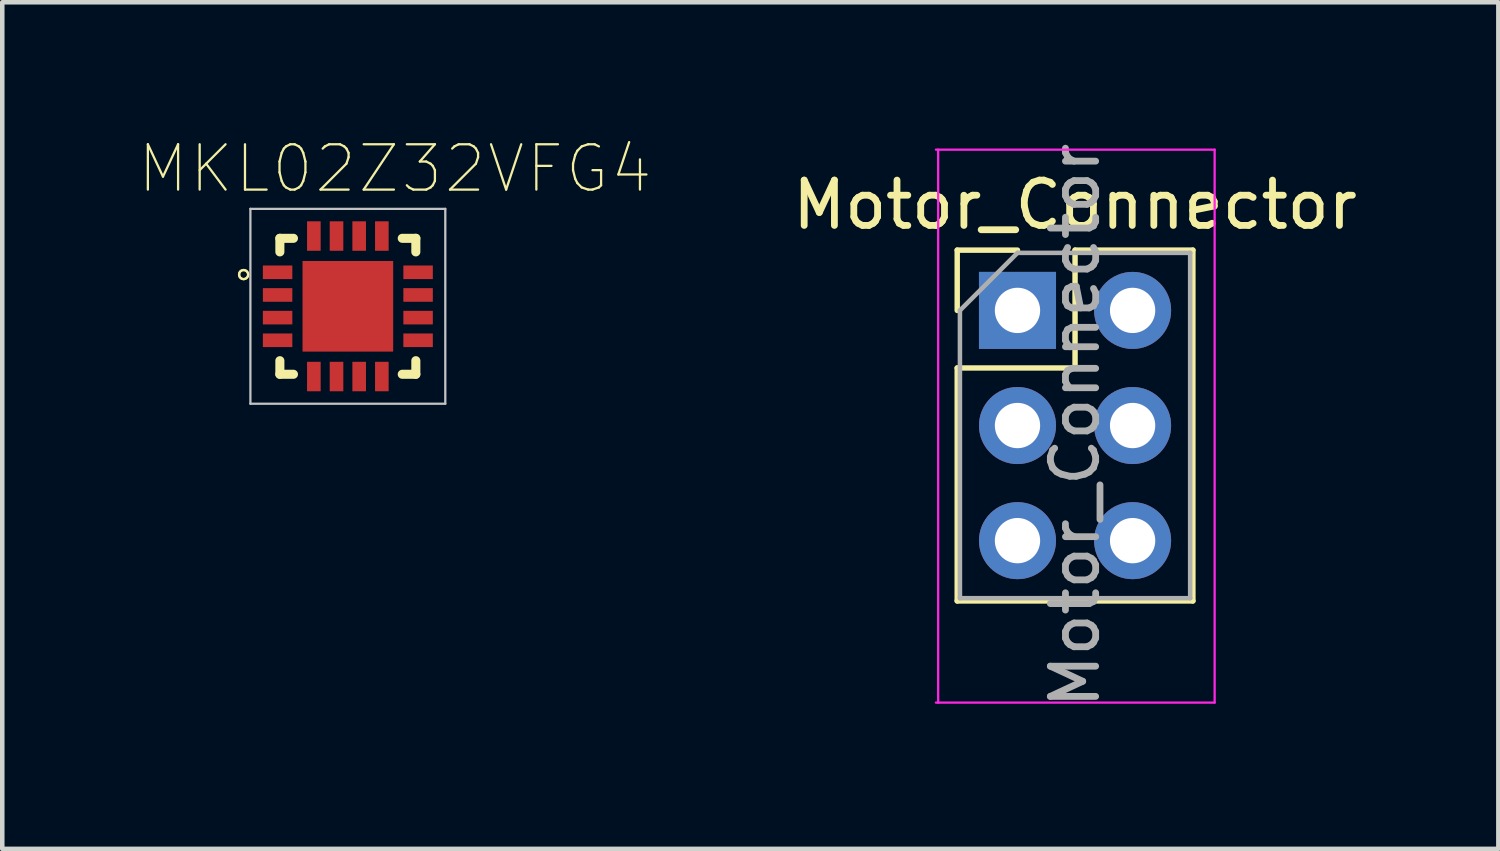
<source format=kicad_pcb>
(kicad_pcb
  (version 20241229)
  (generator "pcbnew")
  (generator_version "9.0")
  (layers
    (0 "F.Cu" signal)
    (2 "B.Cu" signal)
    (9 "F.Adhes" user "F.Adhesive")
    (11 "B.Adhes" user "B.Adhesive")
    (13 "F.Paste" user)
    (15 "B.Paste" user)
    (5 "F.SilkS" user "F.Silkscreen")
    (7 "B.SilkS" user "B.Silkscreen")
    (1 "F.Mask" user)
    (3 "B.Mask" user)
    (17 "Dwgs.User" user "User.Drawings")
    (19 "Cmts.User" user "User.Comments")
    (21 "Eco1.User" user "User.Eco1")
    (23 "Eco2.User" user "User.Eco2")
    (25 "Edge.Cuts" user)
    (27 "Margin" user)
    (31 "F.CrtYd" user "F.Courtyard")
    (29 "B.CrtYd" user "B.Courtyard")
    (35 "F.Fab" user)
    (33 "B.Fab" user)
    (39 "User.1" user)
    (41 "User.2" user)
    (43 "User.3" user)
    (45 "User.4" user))
  (footprint "Motor_Connector"
    (layer "F.Cu")
    (at 20.67 6.352)
    (property "Reference" "Motor_Connector" (at 0 -4.883 0) (layer "F.SilkS") (effects (font (size 1 1) (thickness 0.15))))
    (attr through_hole)
    (fp_line (start -2.6 -3.883) (end -1.27 -3.883) (stroke (width 0.12) (type solid)) (layer "F.SilkS"))
    (fp_line (start -2.6 -2.553) (end -2.6 -3.883) (stroke (width 0.12) (type solid)) (layer "F.SilkS"))
    (fp_line (start -2.6 -1.283) (end -2.6 3.857) (stroke (width 0.12) (type solid)) (layer "F.SilkS"))
    (fp_line (start -2.6 -1.283) (end 0 -1.283) (stroke (width 0.12) (type solid)) (layer "F.SilkS"))
    (fp_line (start -2.6 3.857) (end 2.6 3.857) (stroke (width 0.12) (type solid)) (layer "F.SilkS"))
    (fp_line (start 0 -3.883) (end 2.6 -3.883) (stroke (width 0.12) (type solid)) (layer "F.SilkS"))
    (fp_line (start 0 -1.283) (end 0 -3.883) (stroke (width 0.12) (type solid)) (layer "F.SilkS"))
    (fp_line (start 2.6 -3.883) (end 2.6 3.857) (stroke (width 0.12) (type solid)) (layer "F.SilkS"))
    (fp_line (start -3.02 6.1) (end -3.02 -6.1) (stroke (width 0.05) (type solid)) (layer "F.CrtYd"))
    (fp_line (start 3.08 -6.1) (end -3.07 -6.1) (stroke (width 0.05) (type solid)) (layer "F.CrtYd"))
    (fp_line (start 3.08 6.1) (end -3.07 6.1) (stroke (width 0.05) (type solid)) (layer "F.CrtYd"))
    (fp_line (start 3.08 6.1) (end 3.08 -6.1) (stroke (width 0.05) (type solid)) (layer "F.CrtYd"))
    (fp_line (start -2.54 -2.553) (end -1.27 -3.823) (stroke (width 0.1) (type solid)) (layer "F.Fab"))
    (fp_line (start -2.54 3.797) (end -2.54 -2.553) (stroke (width 0.1) (type solid)) (layer "F.Fab"))
    (fp_line (start -1.27 -3.823) (end 2.54 -3.823) (stroke (width 0.1) (type solid)) (layer "F.Fab"))
    (fp_line (start 2.54 -3.823) (end 2.54 3.797) (stroke (width 0.1) (type solid)) (layer "F.Fab"))
    (fp_line (start 2.54 3.797) (end -2.54 3.797) (stroke (width 0.1) (type solid)) (layer "F.Fab"))
    (fp_text user "${REFERENCE}" (at 0 -0.013 90) (layer "F.Fab") (effects (font (size 1 1) (thickness 0.15))))
    (pad "1" thru_hole rect (at -1.27 -2.553) (size 1.7 1.7) (drill 1) (layers "*.Cu" "*.Mask"))
    (pad "2" thru_hole oval (at 1.27 -2.553) (size 1.7 1.7) (drill 1) (layers "*.Cu" "*.Mask"))
    (pad "3" thru_hole oval (at -1.27 -0.013) (size 1.7 1.7) (drill 1) (layers "*.Cu" "*.Mask"))
    (pad "4" thru_hole oval (at 1.27 -0.013) (size 1.7 1.7) (drill 1) (layers "*.Cu" "*.Mask"))
    (pad "5" thru_hole oval (at -1.27 2.527) (size 1.7 1.7) (drill 1) (layers "*.Cu" "*.Mask"))
    (pad "6" thru_hole oval (at 1.27 2.527) (size 1.7 1.7) (drill 1) (layers "*.Cu" "*.Mask")))
  (footprint "MKL02Z32VFG4"
    (layer "F.Cu")
    (at 4.625 3.708)
    (property "Reference" "MKL02Z32VFG4" (at 1.04 -3.035 0) (layer "F.SilkS") (effects (font (size 1 1) (thickness 0.05))))
    (attr smd)
    (fp_line (start -1.5 -1.5) (end -1.2 -1.5) (stroke (width 0.2) (type solid)) (layer "F.SilkS"))
    (fp_line (start -1.5 -1.2) (end -1.5 -1.5) (stroke (width 0.2) (type solid)) (layer "F.SilkS"))
    (fp_line (start -1.5 1.5) (end -1.5 1.2) (stroke (width 0.2) (type solid)) (layer "F.SilkS"))
    (fp_line (start -1.2 1.5) (end -1.5 1.5) (stroke (width 0.2) (type solid)) (layer "F.SilkS"))
    (fp_line (start 1.2 -1.5) (end 1.5 -1.5) (stroke (width 0.2) (type solid)) (layer "F.SilkS"))
    (fp_line (start 1.5 -1.5) (end 1.5 -1.2) (stroke (width 0.2) (type solid)) (layer "F.SilkS"))
    (fp_line (start 1.5 1.2) (end 1.5 1.5) (stroke (width 0.2) (type solid)) (layer "F.SilkS"))
    (fp_line (start 1.5 1.5) (end 1.2 1.5) (stroke (width 0.2) (type solid)) (layer "F.SilkS"))
    (fp_arc (start -2.4 -0.7) (mid -2.370711 -0.770711) (end -2.3 -0.8) (stroke (width 0.05) (type solid)) (layer "F.SilkS"))
    (fp_arc (start -2.3 -0.8) (mid -2.229289 -0.770711) (end -2.2 -0.7) (stroke (width 0.05) (type solid)) (layer "F.SilkS"))
    (fp_arc (start -2.3 -0.6) (mid -2.370711 -0.629289) (end -2.4 -0.7) (stroke (width 0.05) (type solid)) (layer "F.SilkS"))
    (fp_arc (start -2.2 -0.7) (mid -2.229289 -0.629289) (end -2.3 -0.6) (stroke (width 0.05) (type solid)) (layer "F.SilkS"))
    (fp_circle (center -2.3 -0.7) (end -2.2 -0.7) (stroke (width 0.05) (type solid)) (fill no) (layer "F.SilkS"))
    (fp_line (start -2.15 -2.15) (end 2.15 -2.15) (stroke (width 0.05) (type solid)) (layer "Dwgs.User"))
    (fp_line (start -2.15 2.15) (end -2.15 -2.15) (stroke (width 0.05) (type solid)) (layer "Dwgs.User"))
    (fp_line (start 2.15 -2.15) (end 2.15 2.15) (stroke (width 0.05) (type solid)) (layer "Dwgs.User"))
    (fp_line (start 2.15 2.15) (end -2.15 2.15) (stroke (width 0.05) (type solid)) (layer "Dwgs.User"))
    (pad "1" smd rect (at -1.55 -0.75) (size 0.65 0.3) (layers "F.Cu" "F.Mask" "F.Paste"))
    (pad "2" smd rect (at -1.55 -0.25) (size 0.65 0.3) (layers "F.Cu" "F.Mask" "F.Paste"))
    (pad "3" smd rect (at -1.55 0.25) (size 0.65 0.3) (layers "F.Cu" "F.Mask" "F.Paste"))
    (pad "4" smd rect (at -1.55 0.75) (size 0.65 0.3) (layers "F.Cu" "F.Mask" "F.Paste"))
    (pad "5" smd rect (at -0.75 1.55 90) (size 0.65 0.3) (layers "F.Cu" "F.Mask" "F.Paste"))
    (pad "6" smd rect (at -0.25 1.55 90) (size 0.65 0.3) (layers "F.Cu" "F.Mask" "F.Paste"))
    (pad "7" smd rect (at 0.25 1.55 90) (size 0.65 0.3) (layers "F.Cu" "F.Mask" "F.Paste"))
    (pad "8" smd rect (at 0.75 1.55 90) (size 0.65 0.3) (layers "F.Cu" "F.Mask" "F.Paste"))
    (pad "9" smd rect (at 1.55 0.75 180) (size 0.65 0.3) (layers "F.Cu" "F.Mask" "F.Paste"))
    (pad "10" smd rect (at 1.55 0.25 180) (size 0.65 0.3) (layers "F.Cu" "F.Mask" "F.Paste"))
    (pad "11" smd rect (at 1.55 -0.25 180) (size 0.65 0.3) (layers "F.Cu" "F.Mask" "F.Paste"))
    (pad "12" smd rect (at 1.55 -0.75 180) (size 0.65 0.3) (layers "F.Cu" "F.Mask" "F.Paste"))
    (pad "13" smd rect (at 0.75 -1.55 270) (size 0.65 0.3) (layers "F.Cu" "F.Mask" "F.Paste"))
    (pad "14" smd rect (at 0.25 -1.55 270) (size 0.65 0.3) (layers "F.Cu" "F.Mask" "F.Paste"))
    (pad "15" smd rect (at -0.25 -1.55 270) (size 0.65 0.3) (layers "F.Cu" "F.Mask" "F.Paste"))
    (pad "16" smd rect (at -0.75 -1.55 270) (size 0.65 0.3) (layers "F.Cu" "F.Mask" "F.Paste"))
    (pad "17" smd rect (at 0 0) (size 2 2) (layers "F.Cu" "F.Mask" "F.Paste")))
  (gr_rect
    (start -3 -3)
    (end 30.01 15.679)
    (stroke (width 0.1) (type default))
    (fill no)
    (layer "Edge.Cuts")))
</source>
